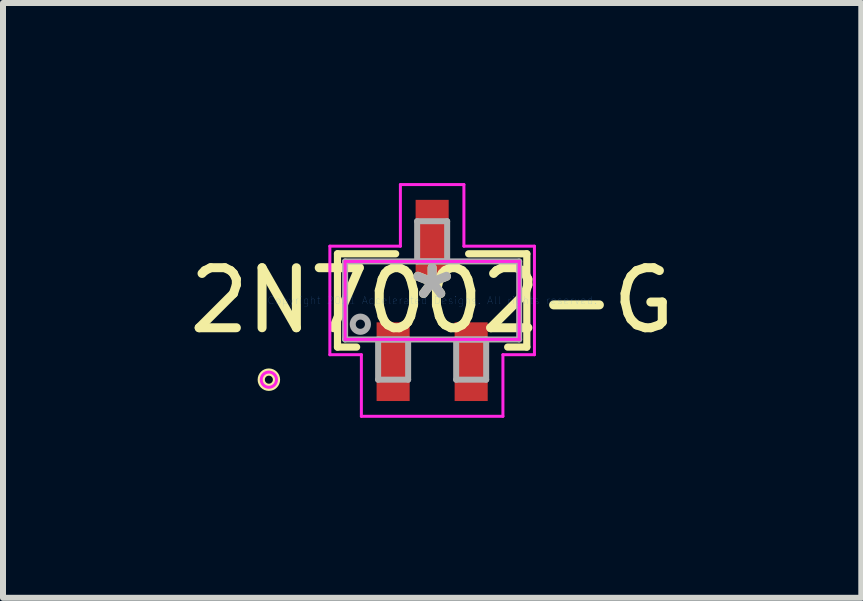
<source format=kicad_pcb>
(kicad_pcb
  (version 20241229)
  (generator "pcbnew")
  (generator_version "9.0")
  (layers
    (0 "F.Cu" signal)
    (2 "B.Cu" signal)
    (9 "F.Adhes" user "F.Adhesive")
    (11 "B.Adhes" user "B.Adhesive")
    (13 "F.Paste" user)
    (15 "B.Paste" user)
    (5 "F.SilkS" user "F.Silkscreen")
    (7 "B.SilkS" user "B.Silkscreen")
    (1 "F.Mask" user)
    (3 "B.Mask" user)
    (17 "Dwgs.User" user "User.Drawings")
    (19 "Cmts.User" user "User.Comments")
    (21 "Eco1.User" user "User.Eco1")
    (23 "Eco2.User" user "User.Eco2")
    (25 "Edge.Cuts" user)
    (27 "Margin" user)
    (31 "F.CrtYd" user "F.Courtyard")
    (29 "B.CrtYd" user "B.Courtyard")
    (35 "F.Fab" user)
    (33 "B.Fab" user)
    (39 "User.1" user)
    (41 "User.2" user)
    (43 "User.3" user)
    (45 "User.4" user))
  (footprint "2N7002-G"
    (layer "F.Cu")
    (at 4.149 1.955)
    (property "Reference" "2N7002-G" (at 0 0 0) (layer "F.SilkS") (effects (font (size 1 1) (thickness 0.15))))
    (attr through_hole)
    (fp_line (start -1.577 -0.777) (end -1.577 0.777) (stroke (width 0.12) (type solid)) (layer "F.SilkS"))
    (fp_line (start -1.577 0.777) (end -1.258 0.777) (stroke (width 0.12) (type solid)) (layer "F.SilkS"))
    (fp_line (start -0.608 -0.777) (end -1.577 -0.777) (stroke (width 0.12) (type solid)) (layer "F.SilkS"))
    (fp_line (start 1.258 0.777) (end 1.577 0.777) (stroke (width 0.12) (type solid)) (layer "F.SilkS"))
    (fp_line (start 1.577 -0.777) (end 0.608 -0.777) (stroke (width 0.12) (type solid)) (layer "F.SilkS"))
    (fp_line (start 1.577 0.777) (end 1.577 -0.777) (stroke (width 0.12) (type solid)) (layer "F.SilkS"))
    (fp_circle (center -2.72 1.32) (end -2.593 1.32) (stroke (width 0.12) (type solid)) (fill no) (layer "F.SilkS"))
    (fp_line (start -1.704 -0.904) (end -0.529 -0.904) (stroke (width 0.05) (type solid)) (layer "F.CrtYd"))
    (fp_line (start -1.704 0.904) (end -1.704 -0.904) (stroke (width 0.05) (type solid)) (layer "F.CrtYd"))
    (fp_line (start -1.45 -0.65) (end 1.45 -0.65) (stroke (width 0.05) (type solid)) (layer "F.CrtYd"))
    (fp_line (start -1.45 0.65) (end -1.45 -0.65) (stroke (width 0.05) (type solid)) (layer "F.CrtYd"))
    (fp_line (start -1.179 0.904) (end -1.704 0.904) (stroke (width 0.05) (type solid)) (layer "F.CrtYd"))
    (fp_line (start -1.179 1.93) (end -1.179 0.904) (stroke (width 0.05) (type solid)) (layer "F.CrtYd"))
    (fp_line (start -0.529 -1.93) (end 0.529 -1.93) (stroke (width 0.05) (type solid)) (layer "F.CrtYd"))
    (fp_line (start -0.529 -0.904) (end -0.529 -1.93) (stroke (width 0.05) (type solid)) (layer "F.CrtYd"))
    (fp_line (start 0.529 -1.93) (end 0.529 -0.904) (stroke (width 0.05) (type solid)) (layer "F.CrtYd"))
    (fp_line (start 0.529 -0.904) (end 1.704 -0.904) (stroke (width 0.05) (type solid)) (layer "F.CrtYd"))
    (fp_line (start 1.179 0.904) (end 1.179 1.93) (stroke (width 0.05) (type solid)) (layer "F.CrtYd"))
    (fp_line (start 1.179 1.93) (end -1.179 1.93) (stroke (width 0.05) (type solid)) (layer "F.CrtYd"))
    (fp_line (start 1.45 -0.65) (end 1.45 0.65) (stroke (width 0.05) (type solid)) (layer "F.CrtYd"))
    (fp_line (start 1.45 0.65) (end -1.45 0.65) (stroke (width 0.05) (type solid)) (layer "F.CrtYd"))
    (fp_line (start 1.704 -0.904) (end 1.704 0.904) (stroke (width 0.05) (type solid)) (layer "F.CrtYd"))
    (fp_line (start 1.704 0.904) (end 1.179 0.904) (stroke (width 0.05) (type solid)) (layer "F.CrtYd"))
    (fp_circle (center -2.72 1.32) (end -2.593 1.32) (stroke (width 0.05) (type solid)) (fill no) (layer "F.CrtYd"))
    (fp_line (start -1.45 -0.65) (end -1.45 0.65) (stroke (width 0.1) (type solid)) (layer "F.Fab"))
    (fp_line (start -1.45 0.65) (end 1.45 0.65) (stroke (width 0.1) (type solid)) (layer "F.Fab"))
    (fp_line (start -0.9 0.65) (end -0.9 1.32) (stroke (width 0.1) (type solid)) (layer "F.Fab"))
    (fp_line (start -0.9 1.32) (end -0.4 1.32) (stroke (width 0.1) (type solid)) (layer "F.Fab"))
    (fp_line (start -0.4 0.65) (end -0.9 0.65) (stroke (width 0.1) (type solid)) (layer "F.Fab"))
    (fp_line (start -0.4 1.32) (end -0.4 0.65) (stroke (width 0.1) (type solid)) (layer "F.Fab"))
    (fp_line (start -0.25 -1.32) (end -0.25 -0.65) (stroke (width 0.1) (type solid)) (layer "F.Fab"))
    (fp_line (start -0.25 -0.65) (end 0.25 -0.65) (stroke (width 0.1) (type solid)) (layer "F.Fab"))
    (fp_line (start 0.25 -1.32) (end -0.25 -1.32) (stroke (width 0.1) (type solid)) (layer "F.Fab"))
    (fp_line (start 0.25 -0.65) (end 0.25 -1.32) (stroke (width 0.1) (type solid)) (layer "F.Fab"))
    (fp_line (start 0.4 0.65) (end 0.4 1.32) (stroke (width 0.1) (type solid)) (layer "F.Fab"))
    (fp_line (start 0.4 1.32) (end 0.9 1.32) (stroke (width 0.1) (type solid)) (layer "F.Fab"))
    (fp_line (start 0.9 0.65) (end 0.4 0.65) (stroke (width 0.1) (type solid)) (layer "F.Fab"))
    (fp_line (start 0.9 1.32) (end 0.9 0.65) (stroke (width 0.1) (type solid)) (layer "F.Fab"))
    (fp_line (start 1.45 -0.65) (end -1.45 -0.65) (stroke (width 0.1) (type solid)) (layer "F.Fab"))
    (fp_line (start 1.45 0.65) (end 1.45 -0.65) (stroke (width 0.1) (type solid)) (layer "F.Fab"))
    (fp_circle (center -1.196 0.396) (end -1.069 0.396) (stroke (width 0.1) (type solid)) (fill no) (layer "F.Fab"))
    (fp_text user "*" (at 0 0 0) (layer "F.SilkS") (effects (font (size 1 1) (thickness 0.15))))
    (fp_text user "Copyright 2021 Accelerated Designs. All rights reserved." (at 0 0 0) (layer "Cmts.User") (effects (font (size 0.127 0.127) (thickness 0.002))))
    (fp_text user "*" (at 0 0 0) (layer "F.Fab") (effects (font (size 1 1) (thickness 0.15))))
    (pad "1" smd rect (at -0.65 1.02) (size 0.551 1.311) (layers "F.Cu" "F.Mask" "F.Paste"))
    (pad "2" smd rect (at 0.65 1.02) (size 0.551 1.311) (layers "F.Cu" "F.Mask" "F.Paste"))
    (pad "3" smd rect (at 0 -1.02) (size 0.551 1.311) (layers "F.Cu" "F.Mask" "F.Paste")))
  (gr_rect
    (start -3 -3)
    (end 11.298 6.909)
    (stroke (width 0.1) (type default))
    (fill no)
    (layer "Edge.Cuts")))
</source>
